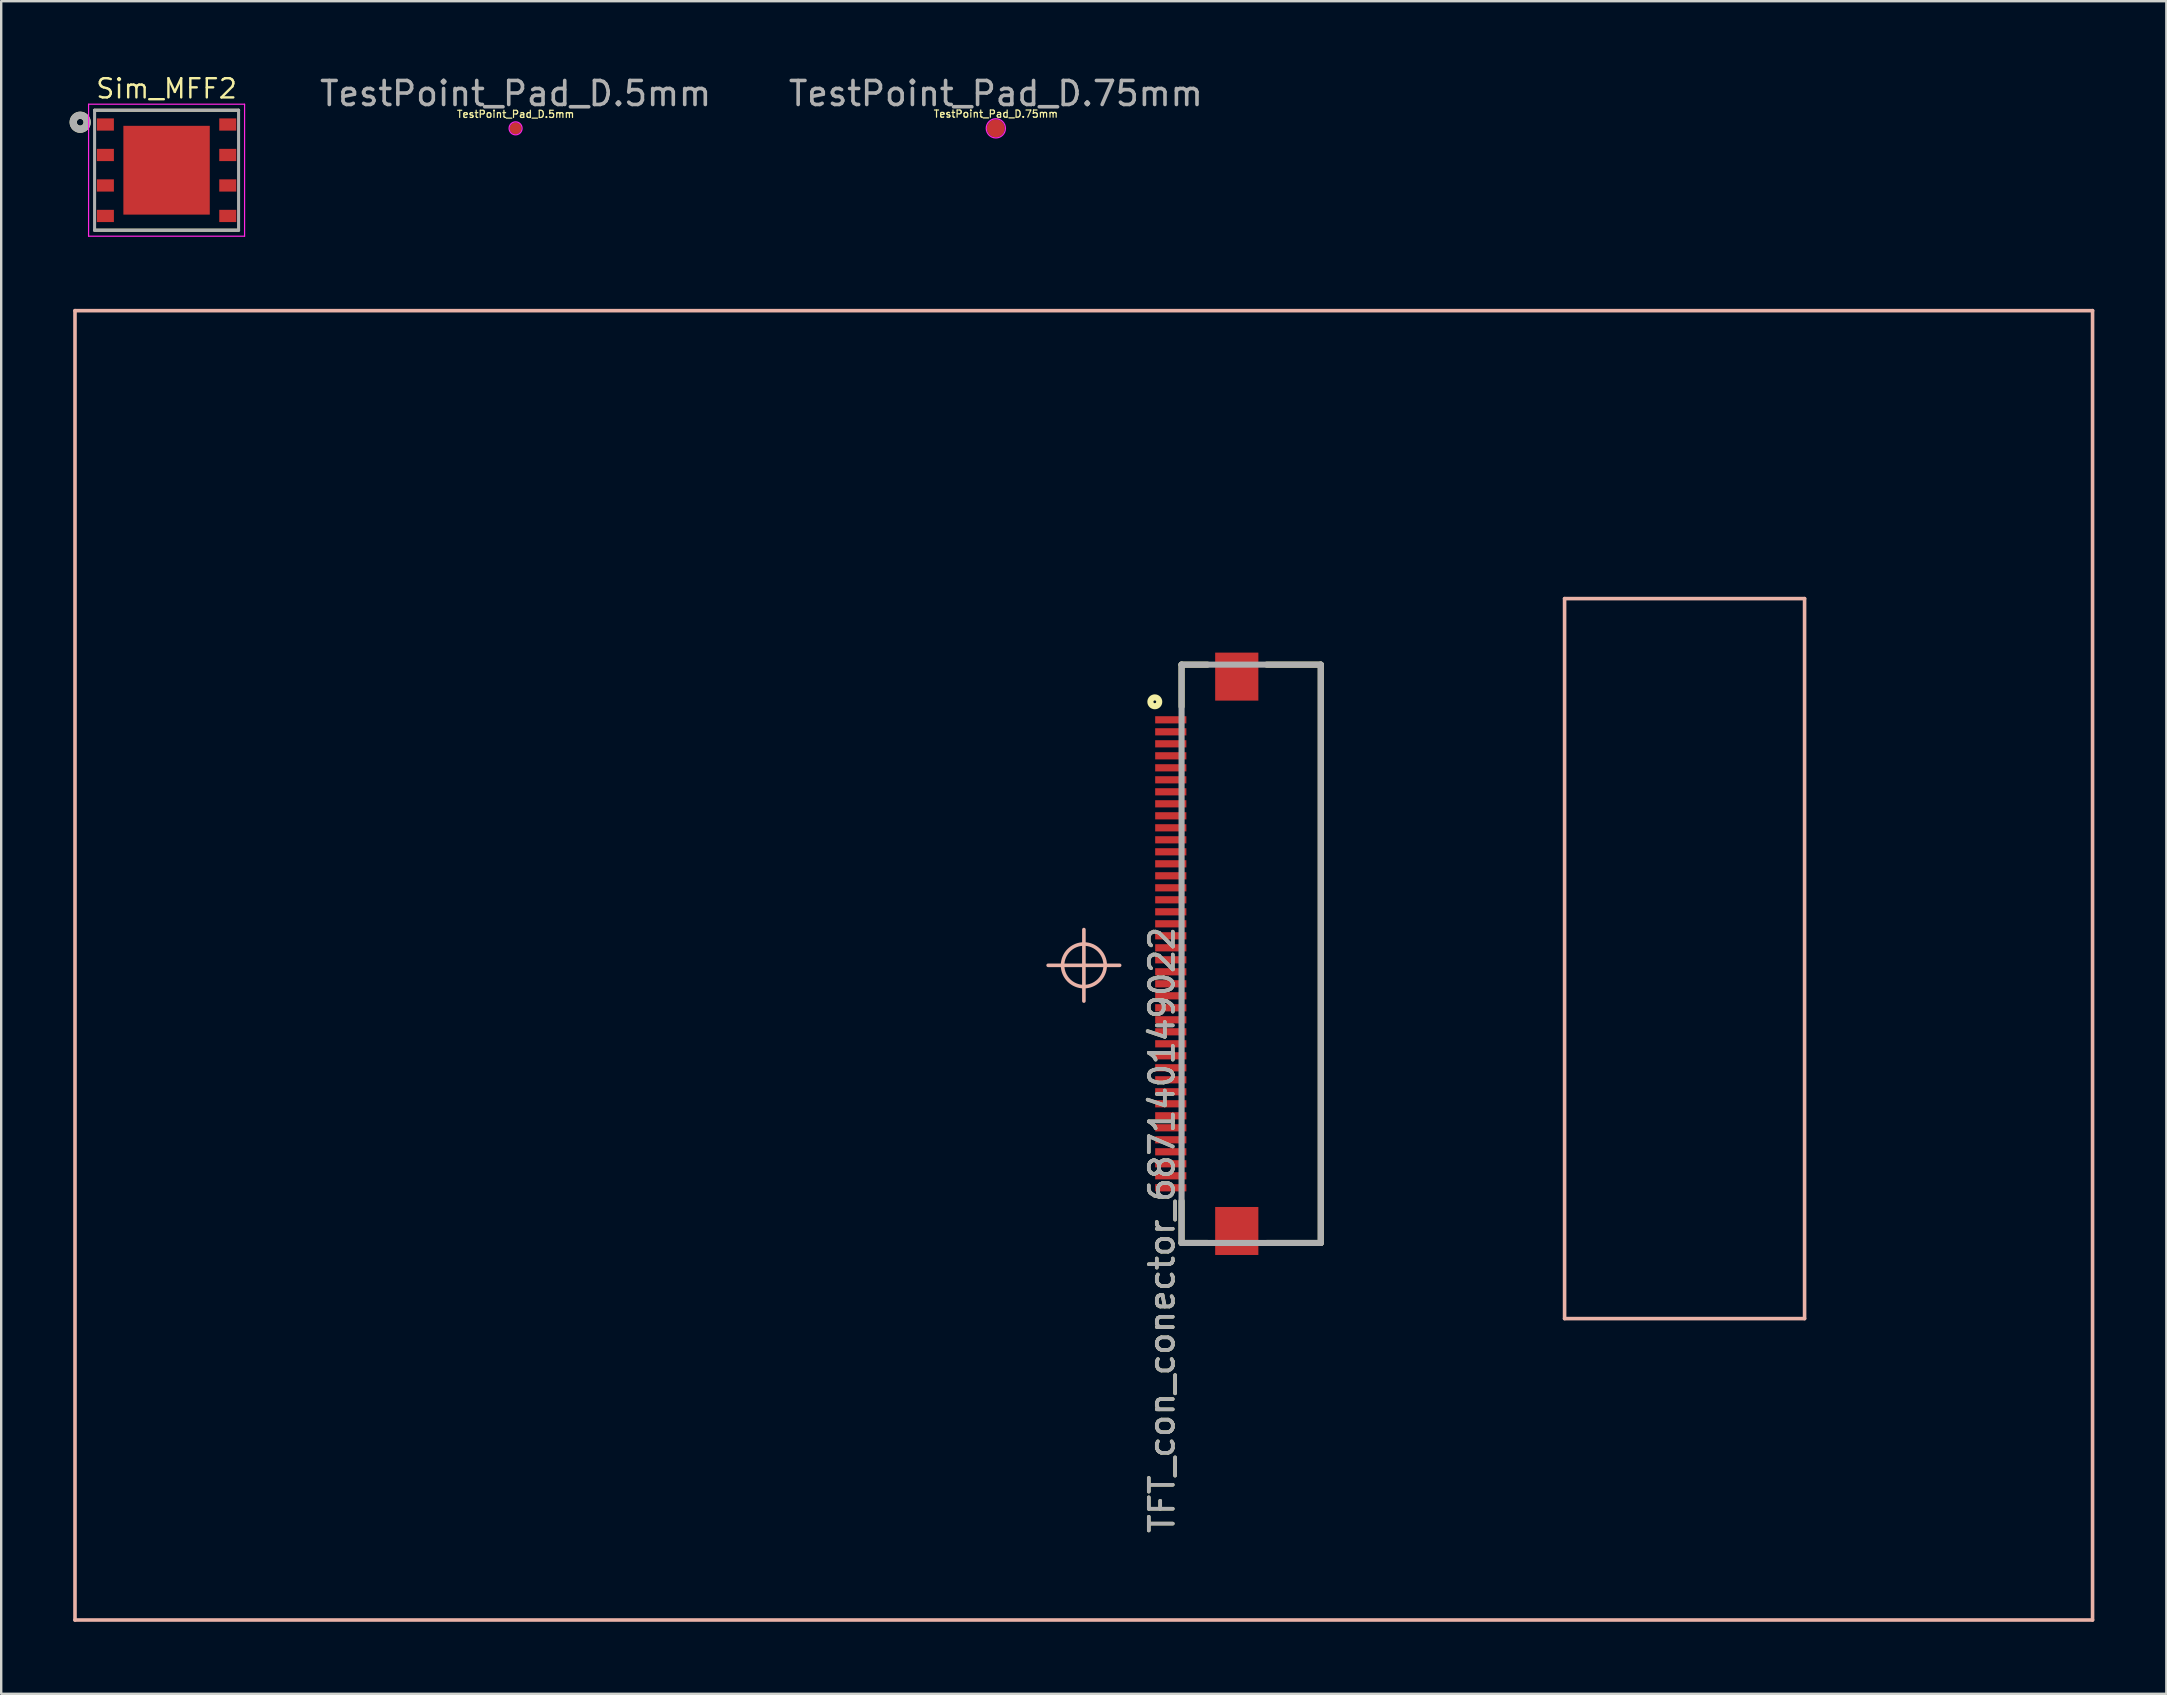
<source format=kicad_pcb>
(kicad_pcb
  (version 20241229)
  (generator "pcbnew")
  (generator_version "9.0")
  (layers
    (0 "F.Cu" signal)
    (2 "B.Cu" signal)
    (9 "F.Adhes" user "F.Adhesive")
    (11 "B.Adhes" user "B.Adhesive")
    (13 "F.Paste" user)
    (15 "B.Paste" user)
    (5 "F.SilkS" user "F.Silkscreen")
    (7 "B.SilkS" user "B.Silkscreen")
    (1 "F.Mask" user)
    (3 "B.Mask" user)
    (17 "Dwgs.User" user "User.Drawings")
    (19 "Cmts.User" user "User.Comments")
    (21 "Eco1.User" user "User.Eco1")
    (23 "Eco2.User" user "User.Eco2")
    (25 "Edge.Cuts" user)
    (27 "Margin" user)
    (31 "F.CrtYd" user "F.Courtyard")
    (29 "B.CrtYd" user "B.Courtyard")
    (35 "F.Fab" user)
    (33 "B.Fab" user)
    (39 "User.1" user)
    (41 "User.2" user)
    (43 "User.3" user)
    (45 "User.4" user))
  (footprint "TestPoint_Pad_D.5mm"
    (layer "F.Cu")
    (at 18.434 2.298)
    (property "Reference" "TestPoint_Pad_D.5mm" (at 0 -0.59 0) (layer "F.SilkS") (effects (font (size 0.3 0.3) (thickness 0.05))))
    (attr exclude_from_pos_files exclude_from_bom)
    (fp_circle (center 0 0) (end 0.27 0.02) (stroke (width 0.05) (type solid)) (fill no) (layer "F.CrtYd"))
    (fp_text user "${REFERENCE}" (at 0 -1.45 0) (layer "F.Fab") (effects (font (size 1 1) (thickness 0.15))))
    (pad "1" smd circle (at 0 0) (size 0.5 0.5) (layers "F.Cu" "F.Mask")))
  (footprint "Sim_MFF2"
    (layer "F.Cu")
    (at 3.891 4.043)
    (property "Reference" "Sim_MFF2" (at 0 -3.4 0) (layer "F.SilkS") (effects (font (size 0.8 0.8) (thickness 0.1))))
    (attr through_hole)
    (fp_line (start -3 -2.5) (end 3 -2.5) (stroke (width 0.127) (type solid)) (layer "F.SilkS"))
    (fp_line (start 3 2.5) (end -3 2.5) (stroke (width 0.127) (type solid)) (layer "F.SilkS"))
    (fp_circle (center -3.6 -2) (end -3.459 -2) (stroke (width 0.3) (type solid)) (fill no) (layer "F.SilkS"))
    (fp_poly (pts (xy -1.5 -1.45) (xy -0.18 -1.45) (xy -0.18 -0.18) (xy -1.5 -0.18)) (stroke (width 0.01) (type solid)) (fill yes) (layer "F.Paste"))
    (fp_poly (pts (xy -1.5 0.18) (xy -0.18 0.18) (xy -0.18 1.45) (xy -1.5 1.45)) (stroke (width 0.01) (type solid)) (fill yes) (layer "F.Paste"))
    (fp_poly (pts (xy 0.18 -1.45) (xy 1.5 -1.45) (xy 1.5 -0.18) (xy 0.18 -0.18)) (stroke (width 0.01) (type solid)) (fill yes) (layer "F.Paste"))
    (fp_poly (pts (xy 0.18 0.18) (xy 1.5 0.18) (xy 1.5 1.45) (xy 0.18 1.45)) (stroke (width 0.01) (type solid)) (fill yes) (layer "F.Paste"))
    (fp_line (start -3.25 -2.75) (end 3.25 -2.75) (stroke (width 0.05) (type solid)) (layer "F.CrtYd"))
    (fp_line (start -3.25 2.75) (end -3.25 -2.75) (stroke (width 0.05) (type solid)) (layer "F.CrtYd"))
    (fp_line (start 3.25 -2.75) (end 3.25 2.75) (stroke (width 0.05) (type solid)) (layer "F.CrtYd"))
    (fp_line (start 3.25 2.75) (end -3.25 2.75) (stroke (width 0.05) (type solid)) (layer "F.CrtYd"))
    (fp_line (start -3 -2.5) (end 3 -2.5) (stroke (width 0.127) (type solid)) (layer "F.Fab"))
    (fp_line (start -3 2.5) (end -3 -2.5) (stroke (width 0.127) (type solid)) (layer "F.Fab"))
    (fp_line (start 3 -2.5) (end 3 2.5) (stroke (width 0.127) (type solid)) (layer "F.Fab"))
    (fp_line (start 3 2.5) (end -3 2.5) (stroke (width 0.127) (type solid)) (layer "F.Fab"))
    (fp_circle (center -3.6 -2) (end -3.459 -2) (stroke (width 0.3) (type solid)) (fill no) (layer "F.Fab"))
    (pad "1" smd rect (at -2.55 -1.905) (size 0.71 0.51) (layers "F.Cu" "F.Mask" "F.Paste"))
    (pad "2" smd rect (at -2.55 -0.635) (size 0.71 0.51) (layers "F.Cu" "F.Mask" "F.Paste"))
    (pad "3" smd rect (at -2.55 0.635) (size 0.71 0.51) (layers "F.Cu" "F.Mask" "F.Paste"))
    (pad "4" smd rect (at -2.55 1.905) (size 0.71 0.51) (layers "F.Cu" "F.Mask" "F.Paste"))
    (pad "5" smd rect (at 2.55 1.905) (size 0.71 0.51) (layers "F.Cu" "F.Mask" "F.Paste"))
    (pad "6" smd rect (at 2.55 0.635) (size 0.71 0.51) (layers "F.Cu" "F.Mask" "F.Paste"))
    (pad "7" smd rect (at 2.55 -0.635) (size 0.71 0.51) (layers "F.Cu" "F.Mask" "F.Paste"))
    (pad "8" smd rect (at 2.55 -1.905) (size 0.71 0.51) (layers "F.Cu" "F.Mask" "F.Paste"))
    (pad "9" smd rect (at 0 0) (size 3.6 3.7) (layers "F.Cu" "F.Mask")))
  (footprint "TFT_con_conector_687140149022"
    (layer "F.Cu")
    (at 42.07 37.194)
    (property "Reference" "TFT_con_conector_687140149022" (at 3.294 11.006 90) (layer "F.SilkS") (effects (font (size 1 1) (thickness 0.15))))
    (attr smd)
    (fp_line (start 4.115 -12.55) (end 4.115 -10.802) (stroke (width 0.254) (type solid)) (layer "F.SilkS"))
    (fp_line (start 4.115 -12.55) (end 5.19 -12.55) (stroke (width 0.254) (type solid)) (layer "F.SilkS"))
    (fp_line (start 4.115 11.55) (end 4.115 9.802) (stroke (width 0.254) (type solid)) (layer "F.SilkS"))
    (fp_line (start 4.115 11.55) (end 5.19 11.55) (stroke (width 0.254) (type solid)) (layer "F.SilkS"))
    (fp_line (start 9.915 -12.55) (end 7.666 -12.55) (stroke (width 0.254) (type solid)) (layer "F.SilkS"))
    (fp_line (start 9.915 11.55) (end 7.666 11.55) (stroke (width 0.254) (type solid)) (layer "F.SilkS"))
    (fp_line (start 9.915 11.55) (end 9.915 -12.55) (stroke (width 0.254) (type solid)) (layer "F.SilkS"))
    (fp_circle (center 3 -11) (end 3.057 -11) (stroke (width 0.254) (type solid)) (fill no) (layer "F.SilkS"))
    (fp_line (start -41.995 -27.3) (end 42.075 -27.3) (stroke (width 0.15) (type solid)) (layer "B.SilkS"))
    (fp_line (start -41.995 27.26) (end -41.995 -27.3) (stroke (width 0.15) (type solid)) (layer "B.SilkS"))
    (fp_line (start 0.045 -0.02) (end -1.445 -0.02) (stroke (width 0.15) (type solid)) (layer "B.SilkS"))
    (fp_line (start 0.045 -0.02) (end 0.045 -1.51) (stroke (width 0.15) (type solid)) (layer "B.SilkS"))
    (fp_line (start 0.045 -0.02) (end 0.045 1.47) (stroke (width 0.15) (type solid)) (layer "B.SilkS"))
    (fp_line (start 0.045 -0.02) (end 1.535 -0.02) (stroke (width 0.15) (type solid)) (layer "B.SilkS"))
    (fp_line (start 20.075 -15.3) (end 30.075 -15.3) (stroke (width 0.15) (type solid)) (layer "B.SilkS"))
    (fp_line (start 20.075 14.7) (end 20.075 -15.3) (stroke (width 0.15) (type solid)) (layer "B.SilkS"))
    (fp_line (start 30.075 -15.3) (end 30.075 14.7) (stroke (width 0.15) (type solid)) (layer "B.SilkS"))
    (fp_line (start 30.075 14.7) (end 20.075 14.7) (stroke (width 0.15) (type solid)) (layer "B.SilkS"))
    (fp_line (start 42.075 -27.3) (end 42.075 27.26) (stroke (width 0.15) (type solid)) (layer "B.SilkS"))
    (fp_line (start 42.075 27.26) (end -41.995 27.26) (stroke (width 0.15) (type solid)) (layer "B.SilkS"))
    (fp_circle (center 0.045 -0.02) (end 0.933 -0.02) (stroke (width 0.15) (type solid)) (fill no) (layer "B.SilkS"))
    (fp_line (start 4.115 -12.55) (end 9.915 -12.55) (stroke (width 0.254) (type solid)) (layer "F.Fab"))
    (fp_line (start 4.115 11.55) (end 4.115 -12.55) (stroke (width 0.254) (type solid)) (layer "F.Fab"))
    (fp_line (start 9.915 -12.55) (end 9.915 11.55) (stroke (width 0.254) (type solid)) (layer "F.Fab"))
    (fp_line (start 9.915 11.55) (end 4.115 11.55) (stroke (width 0.254) (type solid)) (layer "F.Fab"))
    (fp_text user "${REFERENCE}" (at 3.294 11.006 90) (layer "F.Fab") (effects (font (size 1 1) (thickness 0.15))))
    (pad "1" smd rect (at 3.665 -10.25 90) (size 0.3 1.3) (layers "F.Cu" "F.Mask" "F.Paste"))
    (pad "2" smd rect (at 3.665 -9.75 90) (size 0.3 1.3) (layers "F.Cu" "F.Mask" "F.Paste"))
    (pad "3" smd rect (at 3.665 -9.25 90) (size 0.3 1.3) (layers "F.Cu" "F.Mask" "F.Paste"))
    (pad "4" smd rect (at 3.665 -8.75 90) (size 0.3 1.3) (layers "F.Cu" "F.Mask" "F.Paste"))
    (pad "5" smd rect (at 3.665 -8.25 90) (size 0.3 1.3) (layers "F.Cu" "F.Mask" "F.Paste"))
    (pad "6" smd rect (at 3.665 -7.75 90) (size 0.3 1.3) (layers "F.Cu" "F.Mask" "F.Paste"))
    (pad "7" smd rect (at 3.665 -7.25 90) (size 0.3 1.3) (layers "F.Cu" "F.Mask" "F.Paste"))
    (pad "8" smd rect (at 3.665 -6.75 90) (size 0.3 1.3) (layers "F.Cu" "F.Mask" "F.Paste"))
    (pad "9" smd rect (at 3.665 -6.25 90) (size 0.3 1.3) (layers "F.Cu" "F.Mask" "F.Paste"))
    (pad "10" smd rect (at 3.665 -5.75 90) (size 0.3 1.3) (layers "F.Cu" "F.Mask" "F.Paste"))
    (pad "11" smd rect (at 3.665 -5.25 90) (size 0.3 1.3) (layers "F.Cu" "F.Mask" "F.Paste"))
    (pad "12" smd rect (at 3.665 -4.75 90) (size 0.3 1.3) (layers "F.Cu" "F.Mask" "F.Paste"))
    (pad "13" smd rect (at 3.665 -4.25 90) (size 0.3 1.3) (layers "F.Cu" "F.Mask" "F.Paste"))
    (pad "14" smd rect (at 3.665 -3.75 90) (size 0.3 1.3) (layers "F.Cu" "F.Mask" "F.Paste"))
    (pad "15" smd rect (at 3.665 -3.25 90) (size 0.3 1.3) (layers "F.Cu" "F.Mask" "F.Paste"))
    (pad "16" smd rect (at 3.665 -2.75 90) (size 0.3 1.3) (layers "F.Cu" "F.Mask" "F.Paste"))
    (pad "17" smd rect (at 3.665 -2.25 90) (size 0.3 1.3) (layers "F.Cu" "F.Mask" "F.Paste"))
    (pad "18" smd rect (at 3.665 -1.75 90) (size 0.3 1.3) (layers "F.Cu" "F.Mask" "F.Paste"))
    (pad "19" smd rect (at 3.665 -1.25 90) (size 0.3 1.3) (layers "F.Cu" "F.Mask" "F.Paste"))
    (pad "20" smd rect (at 3.665 -0.75 90) (size 0.3 1.3) (layers "F.Cu" "F.Mask" "F.Paste"))
    (pad "21" smd rect (at 3.665 -0.25 90) (size 0.3 1.3) (layers "F.Cu" "F.Mask" "F.Paste"))
    (pad "22" smd rect (at 3.665 0.25 90) (size 0.3 1.3) (layers "F.Cu" "F.Mask" "F.Paste"))
    (pad "23" smd rect (at 3.665 0.75 90) (size 0.3 1.3) (layers "F.Cu" "F.Mask" "F.Paste"))
    (pad "24" smd rect (at 3.665 1.25 90) (size 0.3 1.3) (layers "F.Cu" "F.Mask" "F.Paste"))
    (pad "25" smd rect (at 3.665 1.75 90) (size 0.3 1.3) (layers "F.Cu" "F.Mask" "F.Paste"))
    (pad "26" smd rect (at 3.665 2.25 90) (size 0.3 1.3) (layers "F.Cu" "F.Mask" "F.Paste"))
    (pad "27" smd rect (at 3.665 2.75 90) (size 0.3 1.3) (layers "F.Cu" "F.Mask" "F.Paste"))
    (pad "28" smd rect (at 3.665 3.25 90) (size 0.3 1.3) (layers "F.Cu" "F.Mask" "F.Paste"))
    (pad "29" smd rect (at 3.665 3.75 90) (size 0.3 1.3) (layers "F.Cu" "F.Mask" "F.Paste"))
    (pad "30" smd rect (at 3.665 4.25 90) (size 0.3 1.3) (layers "F.Cu" "F.Mask" "F.Paste"))
    (pad "31" smd rect (at 3.665 4.75 90) (size 0.3 1.3) (layers "F.Cu" "F.Mask" "F.Paste"))
    (pad "32" smd rect (at 3.665 5.25 90) (size 0.3 1.3) (layers "F.Cu" "F.Mask" "F.Paste"))
    (pad "33" smd rect (at 3.665 5.75 90) (size 0.3 1.3) (layers "F.Cu" "F.Mask" "F.Paste"))
    (pad "34" smd rect (at 3.665 6.25 90) (size 0.3 1.3) (layers "F.Cu" "F.Mask" "F.Paste"))
    (pad "35" smd rect (at 3.665 6.75 90) (size 0.3 1.3) (layers "F.Cu" "F.Mask" "F.Paste"))
    (pad "36" smd rect (at 3.665 7.25 90) (size 0.3 1.3) (layers "F.Cu" "F.Mask" "F.Paste"))
    (pad "37" smd rect (at 3.665 7.75 90) (size 0.3 1.3) (layers "F.Cu" "F.Mask" "F.Paste"))
    (pad "38" smd rect (at 3.665 8.25 90) (size 0.3 1.3) (layers "F.Cu" "F.Mask" "F.Paste"))
    (pad "39" smd rect (at 3.665 8.75 90) (size 0.3 1.3) (layers "F.Cu" "F.Mask" "F.Paste"))
    (pad "40" smd rect (at 3.665 9.25 90) (size 0.3 1.3) (layers "F.Cu" "F.Mask" "F.Paste"))
    (pad "41" smd rect (at 6.415 11.05 180) (size 1.8 2) (layers "F.Cu" "F.Mask" "F.Paste"))
    (pad "42" smd rect (at 6.415 -12.05 180) (size 1.8 2) (layers "F.Cu" "F.Mask" "F.Paste")))
  (footprint "TestPoint_Pad_D.75mm"
    (layer "F.Cu")
    (at 38.446 2.298)
    (property "Reference" "TestPoint_Pad_D.75mm" (at 0 -0.6 0) (layer "F.SilkS") (effects (font (size 0.3 0.3) (thickness 0.05))))
    (attr exclude_from_pos_files exclude_from_bom)
    (fp_circle (center 0 0) (end 0.4 0) (stroke (width 0.05) (type solid)) (fill no) (layer "F.CrtYd"))
    (fp_text user "${REFERENCE}" (at 0 -1.45 0) (layer "F.Fab") (effects (font (size 1 1) (thickness 0.15))))
    (pad "1" smd circle (at 0 0) (size 0.75 0.75) (layers "F.Cu" "F.Mask")))
  (gr_rect
    (start -3 -3)
    (end 87.22 67.528)
    (stroke (width 0.1) (type default))
    (fill no)
    (layer "Edge.Cuts")))
</source>
